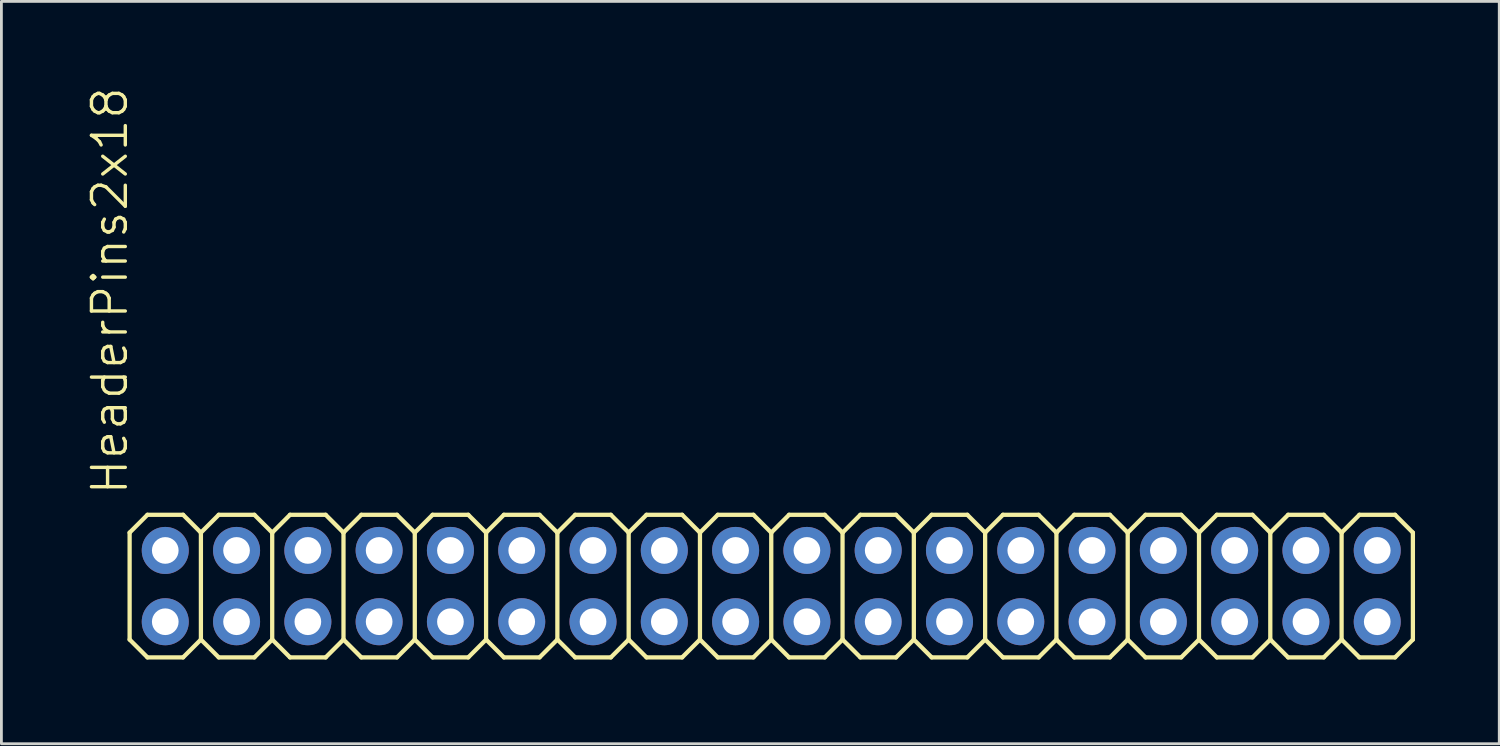
<source format=kicad_pcb>
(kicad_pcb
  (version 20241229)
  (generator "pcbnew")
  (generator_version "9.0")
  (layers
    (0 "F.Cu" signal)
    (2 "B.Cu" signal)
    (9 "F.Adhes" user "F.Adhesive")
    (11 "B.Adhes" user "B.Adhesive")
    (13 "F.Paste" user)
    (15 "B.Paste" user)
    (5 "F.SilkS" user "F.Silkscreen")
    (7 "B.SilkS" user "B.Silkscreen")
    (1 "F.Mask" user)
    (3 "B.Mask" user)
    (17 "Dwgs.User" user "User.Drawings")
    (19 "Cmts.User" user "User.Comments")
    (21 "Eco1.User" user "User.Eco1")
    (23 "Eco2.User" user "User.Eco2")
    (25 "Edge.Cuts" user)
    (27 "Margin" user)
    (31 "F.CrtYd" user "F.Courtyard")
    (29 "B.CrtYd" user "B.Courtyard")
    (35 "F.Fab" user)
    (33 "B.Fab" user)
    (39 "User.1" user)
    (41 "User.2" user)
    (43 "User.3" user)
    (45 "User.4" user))
  (footprint "HeaderPins2x18"
    (layer "F.Cu")
    (at 24.428 17.831)
    (property "Reference" "HeaderPins2x18" (at -22.86 -3.175 90) (layer "F.SilkS") (effects (font (size 1.206 1.206) (thickness 0.121)) (justify left bottom)))
    (attr through_hole)
    (fp_line (start -22.86 -1.905) (end -22.225 -2.54) (stroke (width 0.152) (type solid)) (layer "F.SilkS"))
    (fp_line (start -22.86 1.905) (end -22.86 -1.905) (stroke (width 0.152) (type solid)) (layer "F.SilkS"))
    (fp_line (start -22.86 1.905) (end -22.225 2.54) (stroke (width 0.152) (type solid)) (layer "F.SilkS"))
    (fp_line (start -22.225 -2.54) (end -20.955 -2.54) (stroke (width 0.152) (type solid)) (layer "F.SilkS"))
    (fp_line (start -22.225 2.54) (end -20.955 2.54) (stroke (width 0.152) (type solid)) (layer "F.SilkS"))
    (fp_line (start -20.955 -2.54) (end -20.32 -1.905) (stroke (width 0.152) (type solid)) (layer "F.SilkS"))
    (fp_line (start -20.955 2.54) (end -20.32 1.905) (stroke (width 0.152) (type solid)) (layer "F.SilkS"))
    (fp_line (start -20.32 -1.905) (end -20.32 1.905) (stroke (width 0.152) (type solid)) (layer "F.SilkS"))
    (fp_line (start -20.32 -1.905) (end -19.685 -2.54) (stroke (width 0.152) (type solid)) (layer "F.SilkS"))
    (fp_line (start -20.32 1.905) (end -19.685 2.54) (stroke (width 0.152) (type solid)) (layer "F.SilkS"))
    (fp_line (start -19.685 -2.54) (end -18.415 -2.54) (stroke (width 0.152) (type solid)) (layer "F.SilkS"))
    (fp_line (start -19.685 2.54) (end -18.415 2.54) (stroke (width 0.152) (type solid)) (layer "F.SilkS"))
    (fp_line (start -18.415 -2.54) (end -17.78 -1.905) (stroke (width 0.152) (type solid)) (layer "F.SilkS"))
    (fp_line (start -18.415 2.54) (end -17.78 1.905) (stroke (width 0.152) (type solid)) (layer "F.SilkS"))
    (fp_line (start -17.78 -1.905) (end -17.78 1.905) (stroke (width 0.152) (type solid)) (layer "F.SilkS"))
    (fp_line (start -17.78 -1.905) (end -17.145 -2.54) (stroke (width 0.152) (type solid)) (layer "F.SilkS"))
    (fp_line (start -17.78 1.905) (end -17.145 2.54) (stroke (width 0.152) (type solid)) (layer "F.SilkS"))
    (fp_line (start -17.145 -2.54) (end -15.875 -2.54) (stroke (width 0.152) (type solid)) (layer "F.SilkS"))
    (fp_line (start -17.145 2.54) (end -15.875 2.54) (stroke (width 0.152) (type solid)) (layer "F.SilkS"))
    (fp_line (start -15.875 -2.54) (end -15.24 -1.905) (stroke (width 0.152) (type solid)) (layer "F.SilkS"))
    (fp_line (start -15.875 2.54) (end -15.24 1.905) (stroke (width 0.152) (type solid)) (layer "F.SilkS"))
    (fp_line (start -15.24 -1.905) (end -15.24 1.905) (stroke (width 0.152) (type solid)) (layer "F.SilkS"))
    (fp_line (start -15.24 -1.905) (end -14.605 -2.54) (stroke (width 0.152) (type solid)) (layer "F.SilkS"))
    (fp_line (start -15.24 1.905) (end -14.605 2.54) (stroke (width 0.152) (type solid)) (layer "F.SilkS"))
    (fp_line (start -14.605 -2.54) (end -13.335 -2.54) (stroke (width 0.152) (type solid)) (layer "F.SilkS"))
    (fp_line (start -14.605 2.54) (end -13.335 2.54) (stroke (width 0.152) (type solid)) (layer "F.SilkS"))
    (fp_line (start -13.335 -2.54) (end -12.7 -1.905) (stroke (width 0.152) (type solid)) (layer "F.SilkS"))
    (fp_line (start -13.335 2.54) (end -12.7 1.905) (stroke (width 0.152) (type solid)) (layer "F.SilkS"))
    (fp_line (start -12.7 -1.905) (end -12.7 1.905) (stroke (width 0.152) (type solid)) (layer "F.SilkS"))
    (fp_line (start -12.7 -1.905) (end -12.065 -2.54) (stroke (width 0.152) (type solid)) (layer "F.SilkS"))
    (fp_line (start -12.7 1.905) (end -12.065 2.54) (stroke (width 0.152) (type solid)) (layer "F.SilkS"))
    (fp_line (start -12.065 -2.54) (end -10.795 -2.54) (stroke (width 0.152) (type solid)) (layer "F.SilkS"))
    (fp_line (start -12.065 2.54) (end -10.795 2.54) (stroke (width 0.152) (type solid)) (layer "F.SilkS"))
    (fp_line (start -10.795 -2.54) (end -10.16 -1.905) (stroke (width 0.152) (type solid)) (layer "F.SilkS"))
    (fp_line (start -10.795 2.54) (end -10.16 1.905) (stroke (width 0.152) (type solid)) (layer "F.SilkS"))
    (fp_line (start -10.16 -1.905) (end -10.16 1.905) (stroke (width 0.152) (type solid)) (layer "F.SilkS"))
    (fp_line (start -10.16 -1.905) (end -9.525 -2.54) (stroke (width 0.152) (type solid)) (layer "F.SilkS"))
    (fp_line (start -10.16 1.905) (end -9.525 2.54) (stroke (width 0.152) (type solid)) (layer "F.SilkS"))
    (fp_line (start -9.525 -2.54) (end -8.255 -2.54) (stroke (width 0.152) (type solid)) (layer "F.SilkS"))
    (fp_line (start -9.525 2.54) (end -8.255 2.54) (stroke (width 0.152) (type solid)) (layer "F.SilkS"))
    (fp_line (start -8.255 -2.54) (end -7.62 -1.905) (stroke (width 0.152) (type solid)) (layer "F.SilkS"))
    (fp_line (start -8.255 2.54) (end -7.62 1.905) (stroke (width 0.152) (type solid)) (layer "F.SilkS"))
    (fp_line (start -7.62 -1.905) (end -7.62 1.905) (stroke (width 0.152) (type solid)) (layer "F.SilkS"))
    (fp_line (start -7.62 -1.905) (end -6.985 -2.54) (stroke (width 0.152) (type solid)) (layer "F.SilkS"))
    (fp_line (start -7.62 1.905) (end -6.985 2.54) (stroke (width 0.152) (type solid)) (layer "F.SilkS"))
    (fp_line (start -6.985 -2.54) (end -5.715 -2.54) (stroke (width 0.152) (type solid)) (layer "F.SilkS"))
    (fp_line (start -5.715 -2.54) (end -5.08 -1.905) (stroke (width 0.152) (type solid)) (layer "F.SilkS"))
    (fp_line (start -5.715 2.54) (end -6.985 2.54) (stroke (width 0.152) (type solid)) (layer "F.SilkS"))
    (fp_line (start -5.08 -1.905) (end -5.08 1.905) (stroke (width 0.152) (type solid)) (layer "F.SilkS"))
    (fp_line (start -5.08 -1.905) (end -4.445 -2.54) (stroke (width 0.152) (type solid)) (layer "F.SilkS"))
    (fp_line (start -5.08 1.905) (end -5.715 2.54) (stroke (width 0.152) (type solid)) (layer "F.SilkS"))
    (fp_line (start -5.08 1.905) (end -4.445 2.54) (stroke (width 0.152) (type solid)) (layer "F.SilkS"))
    (fp_line (start -4.445 -2.54) (end -3.175 -2.54) (stroke (width 0.152) (type solid)) (layer "F.SilkS"))
    (fp_line (start -3.175 -2.54) (end -2.54 -1.905) (stroke (width 0.152) (type solid)) (layer "F.SilkS"))
    (fp_line (start -3.175 2.54) (end -4.445 2.54) (stroke (width 0.152) (type solid)) (layer "F.SilkS"))
    (fp_line (start -2.54 -1.905) (end -2.54 1.905) (stroke (width 0.152) (type solid)) (layer "F.SilkS"))
    (fp_line (start -2.54 -1.905) (end -1.905 -2.54) (stroke (width 0.152) (type solid)) (layer "F.SilkS"))
    (fp_line (start -2.54 1.905) (end -3.175 2.54) (stroke (width 0.152) (type solid)) (layer "F.SilkS"))
    (fp_line (start -2.54 1.905) (end -1.905 2.54) (stroke (width 0.152) (type solid)) (layer "F.SilkS"))
    (fp_line (start -1.905 -2.54) (end -0.635 -2.54) (stroke (width 0.152) (type solid)) (layer "F.SilkS"))
    (fp_line (start -0.635 -2.54) (end 0 -1.905) (stroke (width 0.152) (type solid)) (layer "F.SilkS"))
    (fp_line (start -0.635 2.54) (end -1.905 2.54) (stroke (width 0.152) (type solid)) (layer "F.SilkS"))
    (fp_line (start 0 -1.905) (end 0 1.905) (stroke (width 0.152) (type solid)) (layer "F.SilkS"))
    (fp_line (start 0 -1.905) (end 0.635 -2.54) (stroke (width 0.152) (type solid)) (layer "F.SilkS"))
    (fp_line (start 0 1.905) (end -0.635 2.54) (stroke (width 0.152) (type solid)) (layer "F.SilkS"))
    (fp_line (start 0 1.905) (end 0.635 2.54) (stroke (width 0.152) (type solid)) (layer "F.SilkS"))
    (fp_line (start 0.635 -2.54) (end 1.905 -2.54) (stroke (width 0.152) (type solid)) (layer "F.SilkS"))
    (fp_line (start 1.905 -2.54) (end 2.54 -1.905) (stroke (width 0.152) (type solid)) (layer "F.SilkS"))
    (fp_line (start 1.905 2.54) (end 0.635 2.54) (stroke (width 0.152) (type solid)) (layer "F.SilkS"))
    (fp_line (start 2.54 -1.905) (end 2.54 1.905) (stroke (width 0.152) (type solid)) (layer "F.SilkS"))
    (fp_line (start 2.54 -1.905) (end 3.175 -2.54) (stroke (width 0.152) (type solid)) (layer "F.SilkS"))
    (fp_line (start 2.54 1.905) (end 1.905 2.54) (stroke (width 0.152) (type solid)) (layer "F.SilkS"))
    (fp_line (start 2.54 1.905) (end 3.175 2.54) (stroke (width 0.152) (type solid)) (layer "F.SilkS"))
    (fp_line (start 3.175 -2.54) (end 4.445 -2.54) (stroke (width 0.152) (type solid)) (layer "F.SilkS"))
    (fp_line (start 4.445 -2.54) (end 5.08 -1.905) (stroke (width 0.152) (type solid)) (layer "F.SilkS"))
    (fp_line (start 4.445 2.54) (end 3.175 2.54) (stroke (width 0.152) (type solid)) (layer "F.SilkS"))
    (fp_line (start 5.08 -1.905) (end 5.08 1.905) (stroke (width 0.152) (type solid)) (layer "F.SilkS"))
    (fp_line (start 5.08 -1.905) (end 5.715 -2.54) (stroke (width 0.152) (type solid)) (layer "F.SilkS"))
    (fp_line (start 5.08 1.905) (end 4.445 2.54) (stroke (width 0.152) (type solid)) (layer "F.SilkS"))
    (fp_line (start 5.08 1.905) (end 5.715 2.54) (stroke (width 0.152) (type solid)) (layer "F.SilkS"))
    (fp_line (start 5.715 -2.54) (end 6.985 -2.54) (stroke (width 0.152) (type solid)) (layer "F.SilkS"))
    (fp_line (start 6.985 2.54) (end 5.715 2.54) (stroke (width 0.152) (type solid)) (layer "F.SilkS"))
    (fp_line (start 7.62 -1.905) (end 6.985 -2.54) (stroke (width 0.152) (type solid)) (layer "F.SilkS"))
    (fp_line (start 7.62 -1.905) (end 7.62 1.905) (stroke (width 0.152) (type solid)) (layer "F.SilkS"))
    (fp_line (start 7.62 -1.905) (end 8.255 -2.54) (stroke (width 0.152) (type solid)) (layer "F.SilkS"))
    (fp_line (start 7.62 1.905) (end 6.985 2.54) (stroke (width 0.152) (type solid)) (layer "F.SilkS"))
    (fp_line (start 7.62 1.905) (end 8.255 2.54) (stroke (width 0.152) (type solid)) (layer "F.SilkS"))
    (fp_line (start 9.525 -2.54) (end 8.255 -2.54) (stroke (width 0.152) (type solid)) (layer "F.SilkS"))
    (fp_line (start 9.525 -2.54) (end 10.16 -1.905) (stroke (width 0.152) (type solid)) (layer "F.SilkS"))
    (fp_line (start 9.525 2.54) (end 8.255 2.54) (stroke (width 0.152) (type solid)) (layer "F.SilkS"))
    (fp_line (start 10.16 -1.905) (end 10.16 1.905) (stroke (width 0.152) (type solid)) (layer "F.SilkS"))
    (fp_line (start 10.16 -1.905) (end 10.795 -2.54) (stroke (width 0.152) (type solid)) (layer "F.SilkS"))
    (fp_line (start 10.16 1.905) (end 9.525 2.54) (stroke (width 0.152) (type solid)) (layer "F.SilkS"))
    (fp_line (start 10.16 1.905) (end 10.795 2.54) (stroke (width 0.152) (type solid)) (layer "F.SilkS"))
    (fp_line (start 12.065 -2.54) (end 10.795 -2.54) (stroke (width 0.152) (type solid)) (layer "F.SilkS"))
    (fp_line (start 12.065 -2.54) (end 12.7 -1.905) (stroke (width 0.152) (type solid)) (layer "F.SilkS"))
    (fp_line (start 12.065 2.54) (end 10.795 2.54) (stroke (width 0.152) (type solid)) (layer "F.SilkS"))
    (fp_line (start 12.7 -1.905) (end 12.7 1.905) (stroke (width 0.152) (type solid)) (layer "F.SilkS"))
    (fp_line (start 12.7 -1.905) (end 13.335 -2.54) (stroke (width 0.152) (type solid)) (layer "F.SilkS"))
    (fp_line (start 12.7 1.905) (end 12.065 2.54) (stroke (width 0.152) (type solid)) (layer "F.SilkS"))
    (fp_line (start 13.335 2.54) (end 12.7 1.905) (stroke (width 0.152) (type solid)) (layer "F.SilkS"))
    (fp_line (start 13.335 2.54) (end 14.605 2.54) (stroke (width 0.152) (type solid)) (layer "F.SilkS"))
    (fp_line (start 14.605 -2.54) (end 13.335 -2.54) (stroke (width 0.152) (type solid)) (layer "F.SilkS"))
    (fp_line (start 14.605 -2.54) (end 15.24 -1.905) (stroke (width 0.152) (type solid)) (layer "F.SilkS"))
    (fp_line (start 15.24 -1.905) (end 15.24 1.905) (stroke (width 0.152) (type solid)) (layer "F.SilkS"))
    (fp_line (start 15.24 -1.905) (end 15.875 -2.54) (stroke (width 0.152) (type solid)) (layer "F.SilkS"))
    (fp_line (start 15.24 1.905) (end 14.605 2.54) (stroke (width 0.152) (type solid)) (layer "F.SilkS"))
    (fp_line (start 15.875 2.54) (end 15.24 1.905) (stroke (width 0.152) (type solid)) (layer "F.SilkS"))
    (fp_line (start 15.875 2.54) (end 17.145 2.54) (stroke (width 0.152) (type solid)) (layer "F.SilkS"))
    (fp_line (start 17.145 -2.54) (end 15.875 -2.54) (stroke (width 0.152) (type solid)) (layer "F.SilkS"))
    (fp_line (start 17.145 -2.54) (end 17.78 -1.905) (stroke (width 0.152) (type solid)) (layer "F.SilkS"))
    (fp_line (start 17.78 -1.905) (end 17.78 1.905) (stroke (width 0.152) (type solid)) (layer "F.SilkS"))
    (fp_line (start 17.78 -1.905) (end 18.415 -2.54) (stroke (width 0.152) (type solid)) (layer "F.SilkS"))
    (fp_line (start 17.78 1.905) (end 17.145 2.54) (stroke (width 0.152) (type solid)) (layer "F.SilkS"))
    (fp_line (start 17.78 1.905) (end 18.415 2.54) (stroke (width 0.152) (type solid)) (layer "F.SilkS"))
    (fp_line (start 19.685 -2.54) (end 18.415 -2.54) (stroke (width 0.152) (type solid)) (layer "F.SilkS"))
    (fp_line (start 19.685 -2.54) (end 20.32 -1.905) (stroke (width 0.152) (type solid)) (layer "F.SilkS"))
    (fp_line (start 19.685 2.54) (end 18.415 2.54) (stroke (width 0.152) (type solid)) (layer "F.SilkS"))
    (fp_line (start 20.32 -1.905) (end 20.32 1.905) (stroke (width 0.152) (type solid)) (layer "F.SilkS"))
    (fp_line (start 20.32 -1.905) (end 20.955 -2.54) (stroke (width 0.152) (type solid)) (layer "F.SilkS"))
    (fp_line (start 20.32 1.905) (end 19.685 2.54) (stroke (width 0.152) (type solid)) (layer "F.SilkS"))
    (fp_line (start 20.32 1.905) (end 20.955 2.54) (stroke (width 0.152) (type solid)) (layer "F.SilkS"))
    (fp_line (start 22.225 -2.54) (end 20.955 -2.54) (stroke (width 0.152) (type solid)) (layer "F.SilkS"))
    (fp_line (start 22.225 -2.54) (end 22.86 -1.905) (stroke (width 0.152) (type solid)) (layer "F.SilkS"))
    (fp_line (start 22.225 2.54) (end 20.955 2.54) (stroke (width 0.152) (type solid)) (layer "F.SilkS"))
    (fp_line (start 22.86 -1.905) (end 22.86 1.905) (stroke (width 0.152) (type solid)) (layer "F.SilkS"))
    (fp_line (start 22.86 1.905) (end 22.225 2.54) (stroke (width 0.152) (type solid)) (layer "F.SilkS"))
    (fp_poly (pts (xy -21.844 -1.016) (xy -21.336 -1.016) (xy -21.336 -1.524) (xy -21.844 -1.524)) (stroke (width 0.1) (type solid)) (fill no) (layer "F.Fab"))
    (fp_poly (pts (xy -21.844 1.524) (xy -21.336 1.524) (xy -21.336 1.016) (xy -21.844 1.016)) (stroke (width 0.1) (type solid)) (fill no) (layer "F.Fab"))
    (fp_poly (pts (xy -19.304 -1.016) (xy -18.796 -1.016) (xy -18.796 -1.524) (xy -19.304 -1.524)) (stroke (width 0.1) (type solid)) (fill no) (layer "F.Fab"))
    (fp_poly (pts (xy -19.304 1.524) (xy -18.796 1.524) (xy -18.796 1.016) (xy -19.304 1.016)) (stroke (width 0.1) (type solid)) (fill no) (layer "F.Fab"))
    (fp_poly (pts (xy -16.764 -1.016) (xy -16.256 -1.016) (xy -16.256 -1.524) (xy -16.764 -1.524)) (stroke (width 0.1) (type solid)) (fill no) (layer "F.Fab"))
    (fp_poly (pts (xy -16.764 1.524) (xy -16.256 1.524) (xy -16.256 1.016) (xy -16.764 1.016)) (stroke (width 0.1) (type solid)) (fill no) (layer "F.Fab"))
    (fp_poly (pts (xy -14.224 -1.016) (xy -13.716 -1.016) (xy -13.716 -1.524) (xy -14.224 -1.524)) (stroke (width 0.1) (type solid)) (fill no) (layer "F.Fab"))
    (fp_poly (pts (xy -14.224 1.524) (xy -13.716 1.524) (xy -13.716 1.016) (xy -14.224 1.016)) (stroke (width 0.1) (type solid)) (fill no) (layer "F.Fab"))
    (fp_poly (pts (xy -11.684 -1.016) (xy -11.176 -1.016) (xy -11.176 -1.524) (xy -11.684 -1.524)) (stroke (width 0.1) (type solid)) (fill no) (layer "F.Fab"))
    (fp_poly (pts (xy -11.684 1.524) (xy -11.176 1.524) (xy -11.176 1.016) (xy -11.684 1.016)) (stroke (width 0.1) (type solid)) (fill no) (layer "F.Fab"))
    (fp_poly (pts (xy -9.144 -1.016) (xy -8.636 -1.016) (xy -8.636 -1.524) (xy -9.144 -1.524)) (stroke (width 0.1) (type solid)) (fill no) (layer "F.Fab"))
    (fp_poly (pts (xy -9.144 1.524) (xy -8.636 1.524) (xy -8.636 1.016) (xy -9.144 1.016)) (stroke (width 0.1) (type solid)) (fill no) (layer "F.Fab"))
    (fp_poly (pts (xy -6.604 -1.016) (xy -6.096 -1.016) (xy -6.096 -1.524) (xy -6.604 -1.524)) (stroke (width 0.1) (type solid)) (fill no) (layer "F.Fab"))
    (fp_poly (pts (xy -6.604 1.524) (xy -6.096 1.524) (xy -6.096 1.016) (xy -6.604 1.016)) (stroke (width 0.1) (type solid)) (fill no) (layer "F.Fab"))
    (fp_poly (pts (xy -4.064 -1.016) (xy -3.556 -1.016) (xy -3.556 -1.524) (xy -4.064 -1.524)) (stroke (width 0.1) (type solid)) (fill no) (layer "F.Fab"))
    (fp_poly (pts (xy -4.064 1.524) (xy -3.556 1.524) (xy -3.556 1.016) (xy -4.064 1.016)) (stroke (width 0.1) (type solid)) (fill no) (layer "F.Fab"))
    (fp_poly (pts (xy -1.524 -1.016) (xy -1.016 -1.016) (xy -1.016 -1.524) (xy -1.524 -1.524)) (stroke (width 0.1) (type solid)) (fill no) (layer "F.Fab"))
    (fp_poly (pts (xy -1.524 1.524) (xy -1.016 1.524) (xy -1.016 1.016) (xy -1.524 1.016)) (stroke (width 0.1) (type solid)) (fill no) (layer "F.Fab"))
    (fp_poly (pts (xy 1.016 -1.016) (xy 1.524 -1.016) (xy 1.524 -1.524) (xy 1.016 -1.524)) (stroke (width 0.1) (type solid)) (fill no) (layer "F.Fab"))
    (fp_poly (pts (xy 1.016 1.524) (xy 1.524 1.524) (xy 1.524 1.016) (xy 1.016 1.016)) (stroke (width 0.1) (type solid)) (fill no) (layer "F.Fab"))
    (fp_poly (pts (xy 3.556 -1.016) (xy 4.064 -1.016) (xy 4.064 -1.524) (xy 3.556 -1.524)) (stroke (width 0.1) (type solid)) (fill no) (layer "F.Fab"))
    (fp_poly (pts (xy 3.556 1.524) (xy 4.064 1.524) (xy 4.064 1.016) (xy 3.556 1.016)) (stroke (width 0.1) (type solid)) (fill no) (layer "F.Fab"))
    (fp_poly (pts (xy 6.096 -1.016) (xy 6.604 -1.016) (xy 6.604 -1.524) (xy 6.096 -1.524)) (stroke (width 0.1) (type solid)) (fill no) (layer "F.Fab"))
    (fp_poly (pts (xy 6.096 1.524) (xy 6.604 1.524) (xy 6.604 1.016) (xy 6.096 1.016)) (stroke (width 0.1) (type solid)) (fill no) (layer "F.Fab"))
    (fp_poly (pts (xy 8.636 -1.016) (xy 9.144 -1.016) (xy 9.144 -1.524) (xy 8.636 -1.524)) (stroke (width 0.1) (type solid)) (fill no) (layer "F.Fab"))
    (fp_poly (pts (xy 8.636 1.524) (xy 9.144 1.524) (xy 9.144 1.016) (xy 8.636 1.016)) (stroke (width 0.1) (type solid)) (fill no) (layer "F.Fab"))
    (fp_poly (pts (xy 11.176 -1.016) (xy 11.684 -1.016) (xy 11.684 -1.524) (xy 11.176 -1.524)) (stroke (width 0.1) (type solid)) (fill no) (layer "F.Fab"))
    (fp_poly (pts (xy 11.176 1.524) (xy 11.684 1.524) (xy 11.684 1.016) (xy 11.176 1.016)) (stroke (width 0.1) (type solid)) (fill no) (layer "F.Fab"))
    (fp_poly (pts (xy 13.716 -1.016) (xy 14.224 -1.016) (xy 14.224 -1.524) (xy 13.716 -1.524)) (stroke (width 0.1) (type solid)) (fill no) (layer "F.Fab"))
    (fp_poly (pts (xy 13.716 1.524) (xy 14.224 1.524) (xy 14.224 1.016) (xy 13.716 1.016)) (stroke (width 0.1) (type solid)) (fill no) (layer "F.Fab"))
    (fp_poly (pts (xy 16.256 -1.016) (xy 16.764 -1.016) (xy 16.764 -1.524) (xy 16.256 -1.524)) (stroke (width 0.1) (type solid)) (fill no) (layer "F.Fab"))
    (fp_poly (pts (xy 16.256 1.524) (xy 16.764 1.524) (xy 16.764 1.016) (xy 16.256 1.016)) (stroke (width 0.1) (type solid)) (fill no) (layer "F.Fab"))
    (fp_poly (pts (xy 18.796 -1.016) (xy 19.304 -1.016) (xy 19.304 -1.524) (xy 18.796 -1.524)) (stroke (width 0.1) (type solid)) (fill no) (layer "F.Fab"))
    (fp_poly (pts (xy 18.796 1.524) (xy 19.304 1.524) (xy 19.304 1.016) (xy 18.796 1.016)) (stroke (width 0.1) (type solid)) (fill no) (layer "F.Fab"))
    (fp_poly (pts (xy 21.336 -1.016) (xy 21.844 -1.016) (xy 21.844 -1.524) (xy 21.336 -1.524)) (stroke (width 0.1) (type solid)) (fill no) (layer "F.Fab"))
    (fp_poly (pts (xy 21.336 1.524) (xy 21.844 1.524) (xy 21.844 1.016) (xy 21.336 1.016)) (stroke (width 0.1) (type solid)) (fill no) (layer "F.Fab"))
    (pad "1" thru_hole circle (at -21.59 1.27) (size 1.676 1.676) (drill 0.95) (layers "*.Cu" "*.Mask"))
    (pad "2" thru_hole circle (at -21.59 -1.27) (size 1.676 1.676) (drill 0.95) (layers "*.Cu" "*.Mask"))
    (pad "3" thru_hole circle (at -19.05 1.27) (size 1.676 1.676) (drill 0.95) (layers "*.Cu" "*.Mask"))
    (pad "4" thru_hole circle (at -19.05 -1.27) (size 1.676 1.676) (drill 0.95) (layers "*.Cu" "*.Mask"))
    (pad "5" thru_hole circle (at -16.51 1.27) (size 1.676 1.676) (drill 0.95) (layers "*.Cu" "*.Mask"))
    (pad "6" thru_hole circle (at -16.51 -1.27) (size 1.676 1.676) (drill 0.95) (layers "*.Cu" "*.Mask"))
    (pad "7" thru_hole circle (at -13.97 1.27) (size 1.676 1.676) (drill 0.95) (layers "*.Cu" "*.Mask"))
    (pad "8" thru_hole circle (at -13.97 -1.27) (size 1.676 1.676) (drill 0.95) (layers "*.Cu" "*.Mask"))
    (pad "9" thru_hole circle (at -11.43 1.27) (size 1.676 1.676) (drill 0.95) (layers "*.Cu" "*.Mask"))
    (pad "10" thru_hole circle (at -11.43 -1.27) (size 1.676 1.676) (drill 0.95) (layers "*.Cu" "*.Mask"))
    (pad "11" thru_hole circle (at -8.89 1.27) (size 1.676 1.676) (drill 0.95) (layers "*.Cu" "*.Mask"))
    (pad "12" thru_hole circle (at -8.89 -1.27) (size 1.676 1.676) (drill 0.95) (layers "*.Cu" "*.Mask"))
    (pad "13" thru_hole circle (at -6.35 1.27) (size 1.676 1.676) (drill 0.95) (layers "*.Cu" "*.Mask"))
    (pad "14" thru_hole circle (at -6.35 -1.27) (size 1.676 1.676) (drill 0.95) (layers "*.Cu" "*.Mask"))
    (pad "15" thru_hole circle (at -3.81 1.27) (size 1.676 1.676) (drill 0.95) (layers "*.Cu" "*.Mask"))
    (pad "16" thru_hole circle (at -3.81 -1.27) (size 1.676 1.676) (drill 0.95) (layers "*.Cu" "*.Mask"))
    (pad "17" thru_hole circle (at -1.27 1.27) (size 1.676 1.676) (drill 0.95) (layers "*.Cu" "*.Mask"))
    (pad "18" thru_hole circle (at -1.27 -1.27) (size 1.676 1.676) (drill 0.95) (layers "*.Cu" "*.Mask"))
    (pad "19" thru_hole circle (at 1.27 1.27) (size 1.676 1.676) (drill 0.95) (layers "*.Cu" "*.Mask"))
    (pad "20" thru_hole circle (at 1.27 -1.27) (size 1.676 1.676) (drill 0.95) (layers "*.Cu" "*.Mask"))
    (pad "21" thru_hole circle (at 3.81 1.27) (size 1.676 1.676) (drill 0.95) (layers "*.Cu" "*.Mask"))
    (pad "22" thru_hole circle (at 3.81 -1.27) (size 1.676 1.676) (drill 0.95) (layers "*.Cu" "*.Mask"))
    (pad "23" thru_hole circle (at 6.35 1.27) (size 1.676 1.676) (drill 0.95) (layers "*.Cu" "*.Mask"))
    (pad "24" thru_hole circle (at 6.35 -1.27) (size 1.676 1.676) (drill 0.95) (layers "*.Cu" "*.Mask"))
    (pad "25" thru_hole circle (at 8.89 1.27) (size 1.676 1.676) (drill 0.95) (layers "*.Cu" "*.Mask"))
    (pad "26" thru_hole circle (at 8.89 -1.27) (size 1.676 1.676) (drill 0.95) (layers "*.Cu" "*.Mask"))
    (pad "27" thru_hole circle (at 11.43 1.27) (size 1.676 1.676) (drill 0.95) (layers "*.Cu" "*.Mask"))
    (pad "28" thru_hole circle (at 11.43 -1.27) (size 1.676 1.676) (drill 0.95) (layers "*.Cu" "*.Mask"))
    (pad "29" thru_hole circle (at 13.97 1.27) (size 1.676 1.676) (drill 0.95) (layers "*.Cu" "*.Mask"))
    (pad "30" thru_hole circle (at 13.97 -1.27) (size 1.676 1.676) (drill 0.95) (layers "*.Cu" "*.Mask"))
    (pad "31" thru_hole circle (at 16.51 1.27) (size 1.676 1.676) (drill 0.95) (layers "*.Cu" "*.Mask"))
    (pad "32" thru_hole circle (at 16.51 -1.27) (size 1.676 1.676) (drill 0.95) (layers "*.Cu" "*.Mask"))
    (pad "33" thru_hole circle (at 19.05 1.27) (size 1.676 1.676) (drill 0.95) (layers "*.Cu" "*.Mask"))
    (pad "34" thru_hole circle (at 19.05 -1.27) (size 1.676 1.676) (drill 0.95) (layers "*.Cu" "*.Mask"))
    (pad "35" thru_hole circle (at 21.59 1.27) (size 1.676 1.676) (drill 0.95) (layers "*.Cu" "*.Mask"))
    (pad "36" thru_hole circle (at 21.59 -1.27) (size 1.676 1.676) (drill 0.95) (layers "*.Cu" "*.Mask")))
  (gr_rect
    (start -3 -3)
    (end 50.365 23.447)
    (stroke (width 0.1) (type default))
    (fill no)
    (layer "Edge.Cuts")))
</source>
